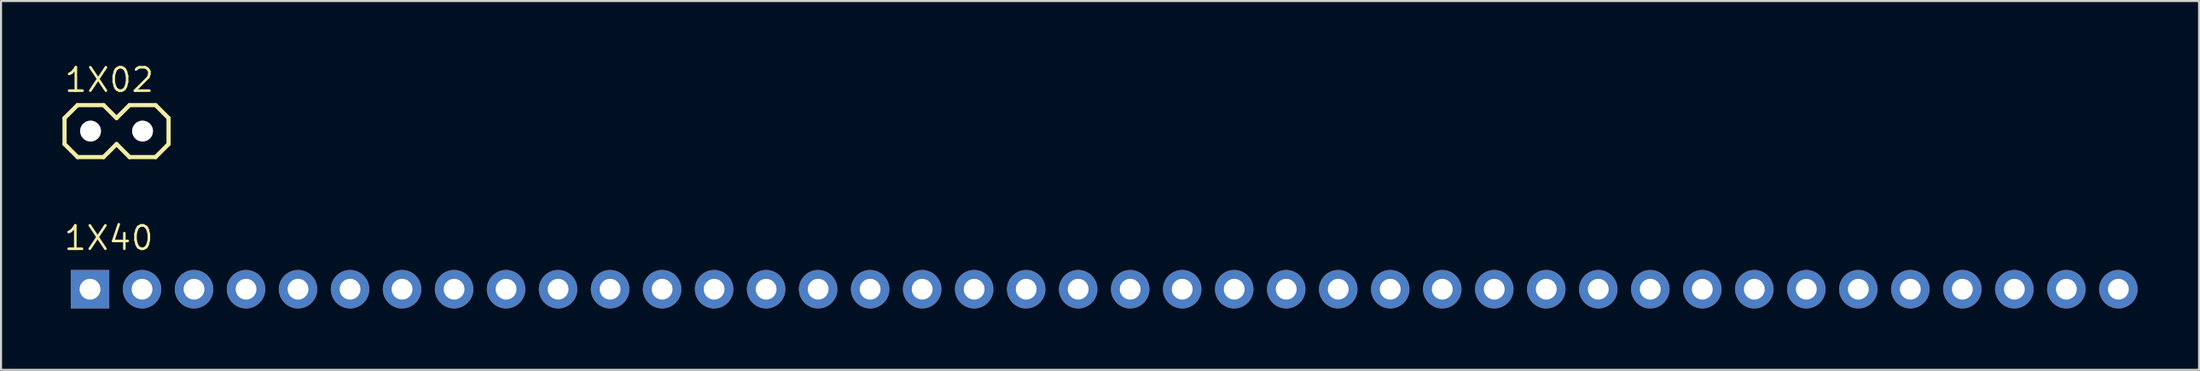
<source format=kicad_pcb>
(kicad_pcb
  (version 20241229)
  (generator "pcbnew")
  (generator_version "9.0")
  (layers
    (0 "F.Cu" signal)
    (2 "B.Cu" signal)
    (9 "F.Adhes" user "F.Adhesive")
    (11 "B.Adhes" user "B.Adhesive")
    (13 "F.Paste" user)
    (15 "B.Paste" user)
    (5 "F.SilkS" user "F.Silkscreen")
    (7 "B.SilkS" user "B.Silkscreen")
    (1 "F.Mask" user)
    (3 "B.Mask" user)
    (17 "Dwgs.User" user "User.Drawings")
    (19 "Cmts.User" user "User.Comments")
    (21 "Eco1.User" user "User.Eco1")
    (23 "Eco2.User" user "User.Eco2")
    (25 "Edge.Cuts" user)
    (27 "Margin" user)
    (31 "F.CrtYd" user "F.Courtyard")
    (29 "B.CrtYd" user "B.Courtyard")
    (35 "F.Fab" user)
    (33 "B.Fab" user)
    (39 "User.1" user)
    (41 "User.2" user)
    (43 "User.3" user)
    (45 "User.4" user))
  (footprint "1X40"
    (layer "F.Cu")
    (at 50.876 11.077)
    (property "Reference" "1X40" (at -50.876 -1.829 0) (layer "F.SilkS") (effects (font (size 1.143 1.143) (thickness 0.127)) (justify left bottom)))
    (fp_poly (pts (xy -49.784 0.254) (xy -49.276 0.254) (xy -49.276 -0.254) (xy -49.784 -0.254)) (stroke (width 0.1) (type solid)) (fill no) (layer "F.Fab"))
    (fp_poly (pts (xy -47.244 0.254) (xy -46.736 0.254) (xy -46.736 -0.254) (xy -47.244 -0.254)) (stroke (width 0.1) (type solid)) (fill no) (layer "F.Fab"))
    (fp_poly (pts (xy -44.704 0.254) (xy -44.196 0.254) (xy -44.196 -0.254) (xy -44.704 -0.254)) (stroke (width 0.1) (type solid)) (fill no) (layer "F.Fab"))
    (fp_poly (pts (xy -42.164 0.254) (xy -41.656 0.254) (xy -41.656 -0.254) (xy -42.164 -0.254)) (stroke (width 0.1) (type solid)) (fill no) (layer "F.Fab"))
    (fp_poly (pts (xy -39.624 0.254) (xy -39.116 0.254) (xy -39.116 -0.254) (xy -39.624 -0.254)) (stroke (width 0.1) (type solid)) (fill no) (layer "F.Fab"))
    (fp_poly (pts (xy -37.084 0.254) (xy -36.576 0.254) (xy -36.576 -0.254) (xy -37.084 -0.254)) (stroke (width 0.1) (type solid)) (fill no) (layer "F.Fab"))
    (fp_poly (pts (xy -34.544 0.254) (xy -34.036 0.254) (xy -34.036 -0.254) (xy -34.544 -0.254)) (stroke (width 0.1) (type solid)) (fill no) (layer "F.Fab"))
    (fp_poly (pts (xy -32.004 0.254) (xy -31.496 0.254) (xy -31.496 -0.254) (xy -32.004 -0.254)) (stroke (width 0.1) (type solid)) (fill no) (layer "F.Fab"))
    (fp_poly (pts (xy -29.464 0.254) (xy -28.956 0.254) (xy -28.956 -0.254) (xy -29.464 -0.254)) (stroke (width 0.1) (type solid)) (fill no) (layer "F.Fab"))
    (fp_poly (pts (xy -26.924 0.254) (xy -26.416 0.254) (xy -26.416 -0.254) (xy -26.924 -0.254)) (stroke (width 0.1) (type solid)) (fill no) (layer "F.Fab"))
    (fp_poly (pts (xy -24.384 0.254) (xy -23.876 0.254) (xy -23.876 -0.254) (xy -24.384 -0.254)) (stroke (width 0.1) (type solid)) (fill no) (layer "F.Fab"))
    (fp_poly (pts (xy -21.844 0.254) (xy -21.336 0.254) (xy -21.336 -0.254) (xy -21.844 -0.254)) (stroke (width 0.1) (type solid)) (fill no) (layer "F.Fab"))
    (fp_poly (pts (xy -19.304 0.254) (xy -18.796 0.254) (xy -18.796 -0.254) (xy -19.304 -0.254)) (stroke (width 0.1) (type solid)) (fill no) (layer "F.Fab"))
    (fp_poly (pts (xy -16.764 0.254) (xy -16.256 0.254) (xy -16.256 -0.254) (xy -16.764 -0.254)) (stroke (width 0.1) (type solid)) (fill no) (layer "F.Fab"))
    (fp_poly (pts (xy -14.224 0.254) (xy -13.716 0.254) (xy -13.716 -0.254) (xy -14.224 -0.254)) (stroke (width 0.1) (type solid)) (fill no) (layer "F.Fab"))
    (fp_poly (pts (xy -11.684 0.254) (xy -11.176 0.254) (xy -11.176 -0.254) (xy -11.684 -0.254)) (stroke (width 0.1) (type solid)) (fill no) (layer "F.Fab"))
    (fp_poly (pts (xy -9.144 0.254) (xy -8.636 0.254) (xy -8.636 -0.254) (xy -9.144 -0.254)) (stroke (width 0.1) (type solid)) (fill no) (layer "F.Fab"))
    (fp_poly (pts (xy -6.604 0.254) (xy -6.096 0.254) (xy -6.096 -0.254) (xy -6.604 -0.254)) (stroke (width 0.1) (type solid)) (fill no) (layer "F.Fab"))
    (fp_poly (pts (xy -4.064 0.254) (xy -3.556 0.254) (xy -3.556 -0.254) (xy -4.064 -0.254)) (stroke (width 0.1) (type solid)) (fill no) (layer "F.Fab"))
    (fp_poly (pts (xy -1.524 0.254) (xy -1.016 0.254) (xy -1.016 -0.254) (xy -1.524 -0.254)) (stroke (width 0.1) (type solid)) (fill no) (layer "F.Fab"))
    (fp_poly (pts (xy 1.016 0.254) (xy 1.524 0.254) (xy 1.524 -0.254) (xy 1.016 -0.254)) (stroke (width 0.1) (type solid)) (fill no) (layer "F.Fab"))
    (fp_poly (pts (xy 3.556 0.254) (xy 4.064 0.254) (xy 4.064 -0.254) (xy 3.556 -0.254)) (stroke (width 0.1) (type solid)) (fill no) (layer "F.Fab"))
    (fp_poly (pts (xy 6.096 0.254) (xy 6.604 0.254) (xy 6.604 -0.254) (xy 6.096 -0.254)) (stroke (width 0.1) (type solid)) (fill no) (layer "F.Fab"))
    (fp_poly (pts (xy 8.636 0.254) (xy 9.144 0.254) (xy 9.144 -0.254) (xy 8.636 -0.254)) (stroke (width 0.1) (type solid)) (fill no) (layer "F.Fab"))
    (fp_poly (pts (xy 11.176 0.254) (xy 11.684 0.254) (xy 11.684 -0.254) (xy 11.176 -0.254)) (stroke (width 0.1) (type solid)) (fill no) (layer "F.Fab"))
    (fp_poly (pts (xy 13.716 0.254) (xy 14.224 0.254) (xy 14.224 -0.254) (xy 13.716 -0.254)) (stroke (width 0.1) (type solid)) (fill no) (layer "F.Fab"))
    (fp_poly (pts (xy 16.256 0.254) (xy 16.764 0.254) (xy 16.764 -0.254) (xy 16.256 -0.254)) (stroke (width 0.1) (type solid)) (fill no) (layer "F.Fab"))
    (fp_poly (pts (xy 18.796 0.254) (xy 19.304 0.254) (xy 19.304 -0.254) (xy 18.796 -0.254)) (stroke (width 0.1) (type solid)) (fill no) (layer "F.Fab"))
    (fp_poly (pts (xy 21.336 0.254) (xy 21.844 0.254) (xy 21.844 -0.254) (xy 21.336 -0.254)) (stroke (width 0.1) (type solid)) (fill no) (layer "F.Fab"))
    (fp_poly (pts (xy 23.876 0.254) (xy 24.384 0.254) (xy 24.384 -0.254) (xy 23.876 -0.254)) (stroke (width 0.1) (type solid)) (fill no) (layer "F.Fab"))
    (fp_poly (pts (xy 26.416 0.254) (xy 26.924 0.254) (xy 26.924 -0.254) (xy 26.416 -0.254)) (stroke (width 0.1) (type solid)) (fill no) (layer "F.Fab"))
    (fp_poly (pts (xy 28.956 0.254) (xy 29.464 0.254) (xy 29.464 -0.254) (xy 28.956 -0.254)) (stroke (width 0.1) (type solid)) (fill no) (layer "F.Fab"))
    (fp_poly (pts (xy 31.496 0.254) (xy 32.004 0.254) (xy 32.004 -0.254) (xy 31.496 -0.254)) (stroke (width 0.1) (type solid)) (fill no) (layer "F.Fab"))
    (fp_poly (pts (xy 34.036 0.254) (xy 34.544 0.254) (xy 34.544 -0.254) (xy 34.036 -0.254)) (stroke (width 0.1) (type solid)) (fill no) (layer "F.Fab"))
    (fp_poly (pts (xy 36.576 0.254) (xy 37.084 0.254) (xy 37.084 -0.254) (xy 36.576 -0.254)) (stroke (width 0.1) (type solid)) (fill no) (layer "F.Fab"))
    (fp_poly (pts (xy 39.116 0.254) (xy 39.624 0.254) (xy 39.624 -0.254) (xy 39.116 -0.254)) (stroke (width 0.1) (type solid)) (fill no) (layer "F.Fab"))
    (fp_poly (pts (xy 41.656 0.254) (xy 42.164 0.254) (xy 42.164 -0.254) (xy 41.656 -0.254)) (stroke (width 0.1) (type solid)) (fill no) (layer "F.Fab"))
    (fp_poly (pts (xy 44.196 0.254) (xy 44.704 0.254) (xy 44.704 -0.254) (xy 44.196 -0.254)) (stroke (width 0.1) (type solid)) (fill no) (layer "F.Fab"))
    (fp_poly (pts (xy 46.736 0.254) (xy 47.244 0.254) (xy 47.244 -0.254) (xy 46.736 -0.254)) (stroke (width 0.1) (type solid)) (fill no) (layer "F.Fab"))
    (fp_poly (pts (xy 49.276 0.254) (xy 49.784 0.254) (xy 49.784 -0.254) (xy 49.276 -0.254)) (stroke (width 0.1) (type solid)) (fill no) (layer "F.Fab"))
    (pad "1" thru_hole rect (at -49.53 0 90) (size 1.88 1.88) (drill 1.016) (layers "*.Cu" "*.Mask"))
    (pad "2" thru_hole circle (at -46.99 0 90) (size 1.88 1.88) (drill 1.016) (layers "*.Cu" "*.Mask"))
    (pad "3" thru_hole circle (at -44.45 0 90) (size 1.88 1.88) (drill 1.016) (layers "*.Cu" "*.Mask"))
    (pad "4" thru_hole circle (at -41.91 0 90) (size 1.88 1.88) (drill 1.016) (layers "*.Cu" "*.Mask"))
    (pad "5" thru_hole circle (at -39.37 0 90) (size 1.88 1.88) (drill 1.016) (layers "*.Cu" "*.Mask"))
    (pad "6" thru_hole circle (at -36.83 0 90) (size 1.88 1.88) (drill 1.016) (layers "*.Cu" "*.Mask"))
    (pad "7" thru_hole circle (at -34.29 0 90) (size 1.88 1.88) (drill 1.016) (layers "*.Cu" "*.Mask"))
    (pad "8" thru_hole circle (at -31.75 0 90) (size 1.88 1.88) (drill 1.016) (layers "*.Cu" "*.Mask"))
    (pad "9" thru_hole circle (at -29.21 0 90) (size 1.88 1.88) (drill 1.016) (layers "*.Cu" "*.Mask"))
    (pad "10" thru_hole circle (at -26.67 0 90) (size 1.88 1.88) (drill 1.016) (layers "*.Cu" "*.Mask"))
    (pad "11" thru_hole circle (at -24.13 0 90) (size 1.88 1.88) (drill 1.016) (layers "*.Cu" "*.Mask"))
    (pad "12" thru_hole circle (at -21.59 0 90) (size 1.88 1.88) (drill 1.016) (layers "*.Cu" "*.Mask"))
    (pad "13" thru_hole circle (at -19.05 0 90) (size 1.88 1.88) (drill 1.016) (layers "*.Cu" "*.Mask"))
    (pad "14" thru_hole circle (at -16.51 0 90) (size 1.88 1.88) (drill 1.016) (layers "*.Cu" "*.Mask"))
    (pad "15" thru_hole circle (at -13.97 0 90) (size 1.88 1.88) (drill 1.016) (layers "*.Cu" "*.Mask"))
    (pad "16" thru_hole circle (at -11.43 0 90) (size 1.88 1.88) (drill 1.016) (layers "*.Cu" "*.Mask"))
    (pad "17" thru_hole circle (at -8.89 0 90) (size 1.88 1.88) (drill 1.016) (layers "*.Cu" "*.Mask"))
    (pad "18" thru_hole circle (at -6.35 0 90) (size 1.88 1.88) (drill 1.016) (layers "*.Cu" "*.Mask"))
    (pad "19" thru_hole circle (at -3.81 0 90) (size 1.88 1.88) (drill 1.016) (layers "*.Cu" "*.Mask"))
    (pad "20" thru_hole circle (at -1.27 0 90) (size 1.88 1.88) (drill 1.016) (layers "*.Cu" "*.Mask"))
    (pad "21" thru_hole circle (at 1.27 0 90) (size 1.88 1.88) (drill 1.016) (layers "*.Cu" "*.Mask"))
    (pad "22" thru_hole circle (at 3.81 0 90) (size 1.88 1.88) (drill 1.016) (layers "*.Cu" "*.Mask"))
    (pad "23" thru_hole circle (at 6.35 0 90) (size 1.88 1.88) (drill 1.016) (layers "*.Cu" "*.Mask"))
    (pad "24" thru_hole circle (at 8.89 0 90) (size 1.88 1.88) (drill 1.016) (layers "*.Cu" "*.Mask"))
    (pad "25" thru_hole circle (at 11.43 0 90) (size 1.88 1.88) (drill 1.016) (layers "*.Cu" "*.Mask"))
    (pad "26" thru_hole circle (at 13.97 0 90) (size 1.88 1.88) (drill 1.016) (layers "*.Cu" "*.Mask"))
    (pad "27" thru_hole circle (at 16.51 0 90) (size 1.88 1.88) (drill 1.016) (layers "*.Cu" "*.Mask"))
    (pad "28" thru_hole circle (at 19.05 0 90) (size 1.88 1.88) (drill 1.016) (layers "*.Cu" "*.Mask"))
    (pad "29" thru_hole circle (at 21.59 0 90) (size 1.88 1.88) (drill 1.016) (layers "*.Cu" "*.Mask"))
    (pad "30" thru_hole circle (at 24.13 0 90) (size 1.88 1.88) (drill 1.016) (layers "*.Cu" "*.Mask"))
    (pad "31" thru_hole circle (at 26.67 0 90) (size 1.88 1.88) (drill 1.016) (layers "*.Cu" "*.Mask"))
    (pad "32" thru_hole circle (at 29.21 0 90) (size 1.88 1.88) (drill 1.016) (layers "*.Cu" "*.Mask"))
    (pad "33" thru_hole circle (at 31.75 0 90) (size 1.88 1.88) (drill 1.016) (layers "*.Cu" "*.Mask"))
    (pad "34" thru_hole circle (at 34.29 0 90) (size 1.88 1.88) (drill 1.016) (layers "*.Cu" "*.Mask"))
    (pad "35" thru_hole circle (at 36.83 0 90) (size 1.88 1.88) (drill 1.016) (layers "*.Cu" "*.Mask"))
    (pad "36" thru_hole circle (at 39.37 0 90) (size 1.88 1.88) (drill 1.016) (layers "*.Cu" "*.Mask"))
    (pad "37" thru_hole circle (at 41.91 0 90) (size 1.88 1.88) (drill 1.016) (layers "*.Cu" "*.Mask"))
    (pad "38" thru_hole circle (at 44.45 0 90) (size 1.88 1.88) (drill 1.016) (layers "*.Cu" "*.Mask"))
    (pad "39" thru_hole circle (at 46.99 0 90) (size 1.88 1.88) (drill 1.016) (layers "*.Cu" "*.Mask"))
    (pad "40" thru_hole circle (at 49.53 0 90) (size 1.88 1.88) (drill 1.016) (layers "*.Cu" "*.Mask")))
  (footprint "1X02"
    (layer "F.Cu")
    (at 1.372 3.353)
    (property "Reference" "1X02" (at -1.346 -1.829 0) (layer "F.SilkS") (effects (font (size 1.143 1.143) (thickness 0.127)) (justify left bottom)))
    (fp_line (start -1.27 -0.635) (end -1.27 0.635) (stroke (width 0.203) (type solid)) (layer "F.SilkS"))
    (fp_line (start -1.27 0.635) (end -0.635 1.27) (stroke (width 0.203) (type solid)) (layer "F.SilkS"))
    (fp_line (start -0.635 -1.27) (end -1.27 -0.635) (stroke (width 0.203) (type solid)) (layer "F.SilkS"))
    (fp_line (start -0.635 -1.27) (end 0.635 -1.27) (stroke (width 0.203) (type solid)) (layer "F.SilkS"))
    (fp_line (start 0.635 -1.27) (end 1.27 -0.635) (stroke (width 0.203) (type solid)) (layer "F.SilkS"))
    (fp_line (start 0.635 1.27) (end -0.635 1.27) (stroke (width 0.203) (type solid)) (layer "F.SilkS"))
    (fp_line (start 1.27 -0.635) (end 1.905 -1.27) (stroke (width 0.203) (type solid)) (layer "F.SilkS"))
    (fp_line (start 1.27 0.635) (end 0.635 1.27) (stroke (width 0.203) (type solid)) (layer "F.SilkS"))
    (fp_line (start 1.905 -1.27) (end 3.175 -1.27) (stroke (width 0.203) (type solid)) (layer "F.SilkS"))
    (fp_line (start 1.905 1.27) (end 1.27 0.635) (stroke (width 0.203) (type solid)) (layer "F.SilkS"))
    (fp_line (start 3.175 -1.27) (end 3.81 -0.635) (stroke (width 0.203) (type solid)) (layer "F.SilkS"))
    (fp_line (start 3.175 1.27) (end 1.905 1.27) (stroke (width 0.203) (type solid)) (layer "F.SilkS"))
    (fp_line (start 3.81 -0.635) (end 3.81 0.635) (stroke (width 0.203) (type solid)) (layer "F.SilkS"))
    (fp_line (start 3.81 0.635) (end 3.175 1.27) (stroke (width 0.203) (type solid)) (layer "F.SilkS"))
    (fp_poly (pts (xy -0.254 0.254) (xy 0.254 0.254) (xy 0.254 -0.254) (xy -0.254 -0.254)) (stroke (width 0.1) (type solid)) (fill no) (layer "F.Fab"))
    (fp_poly (pts (xy 2.286 0.254) (xy 2.794 0.254) (xy 2.794 -0.254) (xy 2.286 -0.254)) (stroke (width 0.1) (type solid)) (fill no) (layer "F.Fab"))
    (pad "1" thru_hole circle (at 0 0 90) (size 1.016 1.016) (drill 1.016) (layers "*.Cu" "*.Mask"))
    (pad "2" thru_hole circle (at 2.54 0 90) (size 1.016 1.016) (drill 1.016) (layers "*.Cu" "*.Mask")))
  (gr_rect
    (start -3 -3)
    (end 104.346 15.017)
    (stroke (width 0.1) (type default))
    (fill no)
    (layer "Edge.Cuts")))
</source>
